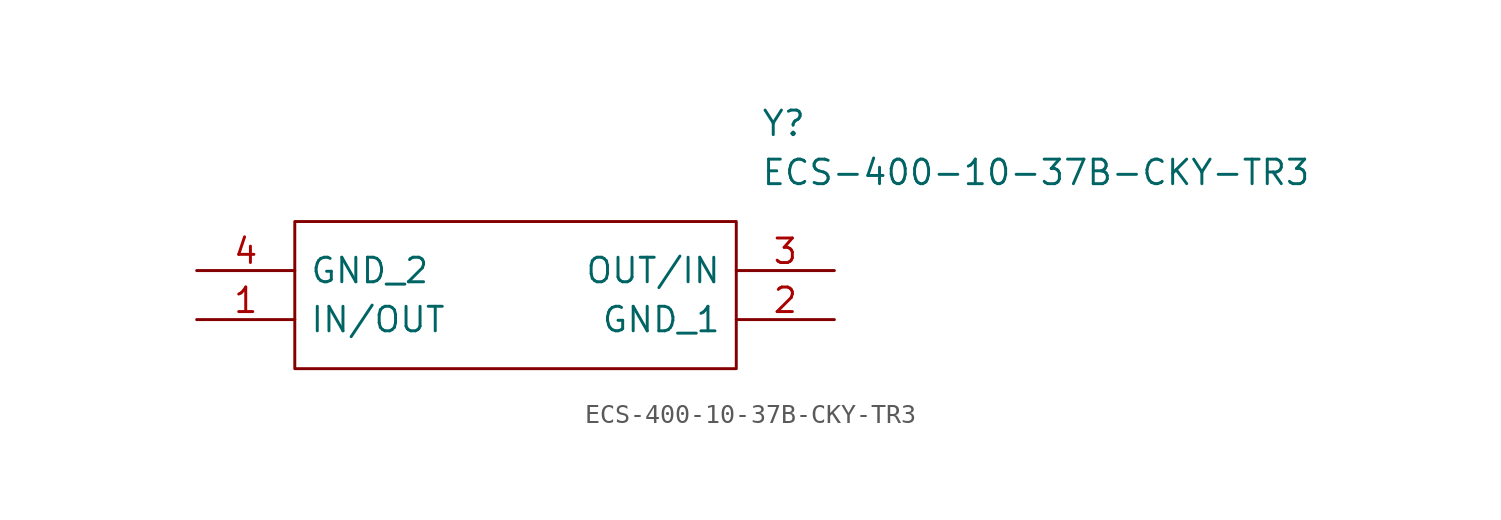
<source format=kicad_sym>
(kicad_symbol_lib
  (version 20211014)
  (generator kicad_symbol_editor)
  (symbol "ECS-400-10-37B-CKY-TR3"
    (pin_names
      (offset 0.762))
    (property "Reference" "Y"
      (at 29.21 7.62 0)
      (effects (font (size 1.27 1.27)) (justify left)))
    (property "Value" "ECS-400-10-37B-CKY-TR3"
      (at 29.21 5.08 0)
      (effects (font (size 1.27 1.27)) (justify left)))
    (symbol "ECS-400-10-37B-CKY-TR3_0_0"
      (pin passive line (at 0 -2.54 0) (length 5.08) (name "IN/OUT" (effects (font (size 1.27 1.27)))) (number "1" (effects (font (size 1.27 1.27)))))
      (pin passive line (at 33.02 -2.54 180) (length 5.08) (name "GND_1" (effects (font (size 1.27 1.27)))) (number "2" (effects (font (size 1.27 1.27)))))
      (pin passive line (at 33.02 0 180) (length 5.08) (name "OUT/IN" (effects (font (size 1.27 1.27)))) (number "3" (effects (font (size 1.27 1.27)))))
      (pin passive line (at 0 0 0) (length 5.08) (name "GND_2" (effects (font (size 1.27 1.27)))) (number "4" (effects (font (size 1.27 1.27))))))
    (symbol "ECS-400-10-37B-CKY-TR3_0_1"
      (polyline (pts (xy 5.08 2.54) (xy 27.94 2.54) (xy 27.94 -5.08) (xy 5.08 -5.08) (xy 5.08 2.54)) (stroke (width 0.152) (type default) (color 0 0 0 0)) (fill (type none))))))
</source>
